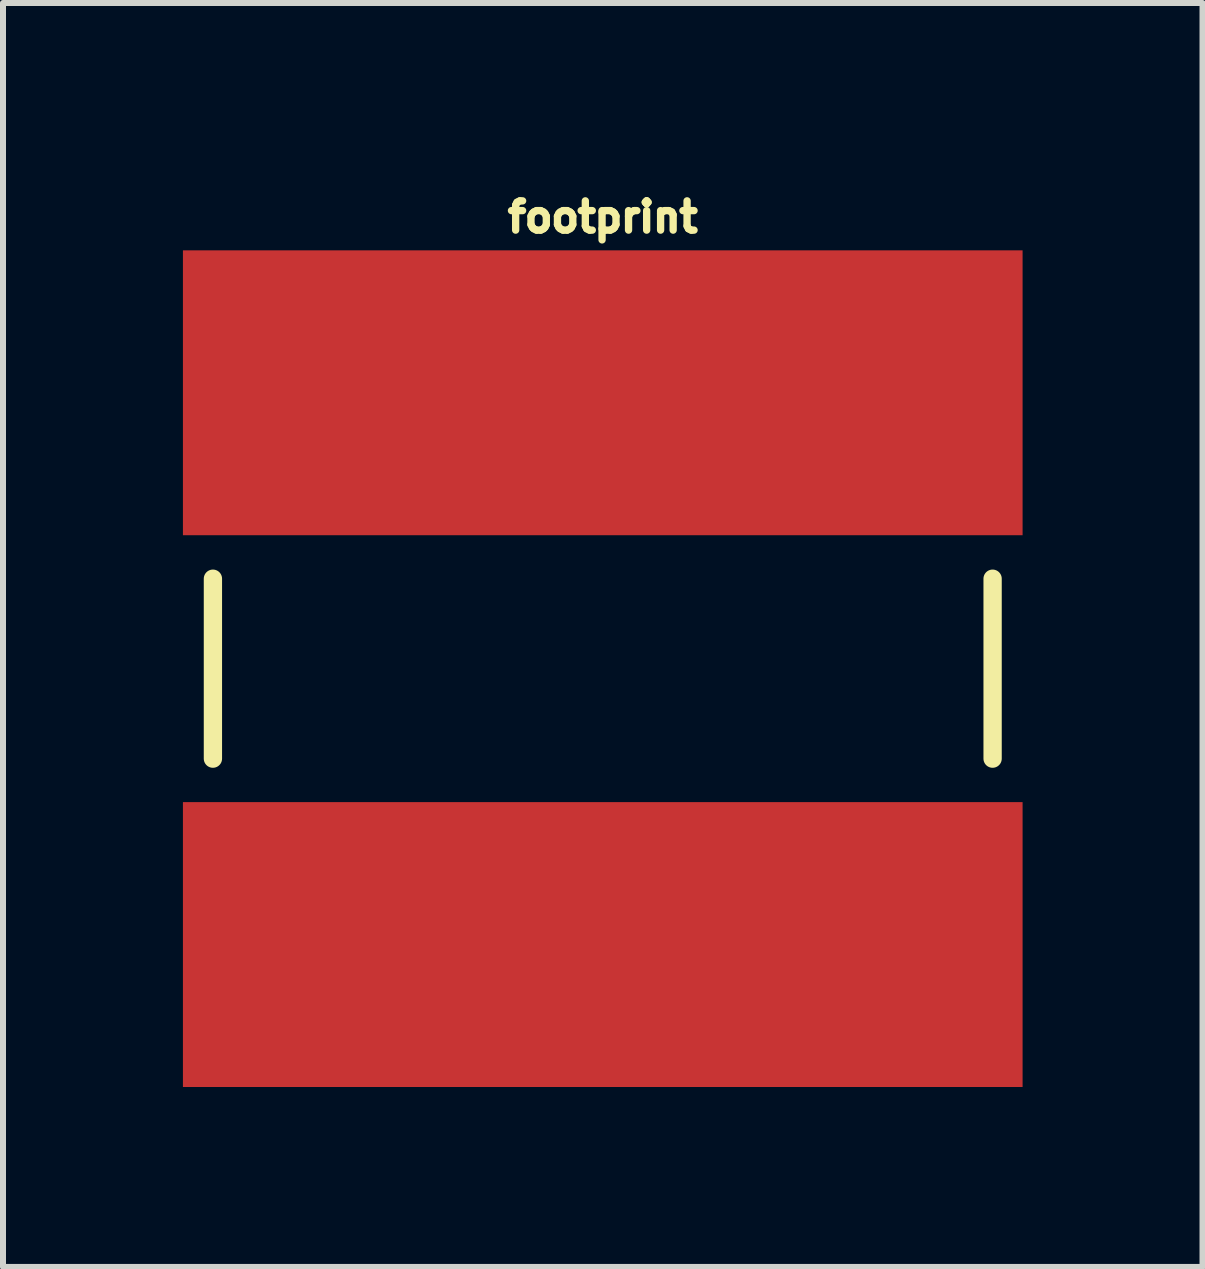
<source format=kicad_pcb>
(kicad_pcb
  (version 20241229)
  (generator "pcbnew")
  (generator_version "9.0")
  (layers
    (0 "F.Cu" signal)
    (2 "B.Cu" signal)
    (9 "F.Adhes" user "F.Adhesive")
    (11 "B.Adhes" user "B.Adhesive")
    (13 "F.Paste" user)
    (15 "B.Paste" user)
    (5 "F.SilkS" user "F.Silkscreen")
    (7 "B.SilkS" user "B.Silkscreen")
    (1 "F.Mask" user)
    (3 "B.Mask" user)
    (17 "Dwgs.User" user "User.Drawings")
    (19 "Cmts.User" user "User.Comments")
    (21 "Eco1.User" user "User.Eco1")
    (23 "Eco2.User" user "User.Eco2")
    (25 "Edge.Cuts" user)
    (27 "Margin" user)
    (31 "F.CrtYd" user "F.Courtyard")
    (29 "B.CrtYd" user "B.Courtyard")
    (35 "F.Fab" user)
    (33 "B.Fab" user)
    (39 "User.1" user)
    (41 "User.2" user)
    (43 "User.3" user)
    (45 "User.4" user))
  (footprint "footprint"
    (layer "F.Cu")
    (at 7 8.099)
    (property "Reference" "footprint" (at 0 -7.246 0) (layer "F.SilkS") (effects (font (size 0.488 0.488) (thickness 0.122)) (justify bottom)))
    (fp_line (start -6.5 -1.5) (end -6.5 1.5) (stroke (width 0.305) (type solid)) (layer "F.SilkS"))
    (fp_line (start 6.5 -1.5) (end 6.5 1.5) (stroke (width 0.305) (type solid)) (layer "F.SilkS"))
    (pad "P$1" smd rect (at 0 -4.6) (size 14 4.75) (layers "F.Cu" "F.Mask" "F.Paste"))
    (pad "P$2" smd rect (at 0 4.6) (size 14 4.75) (layers "F.Cu" "F.Mask" "F.Paste")))
  (gr_rect
    (start -3 -3)
    (end 17 18.074)
    (stroke (width 0.1) (type default))
    (fill no)
    (layer "Edge.Cuts")))
</source>
